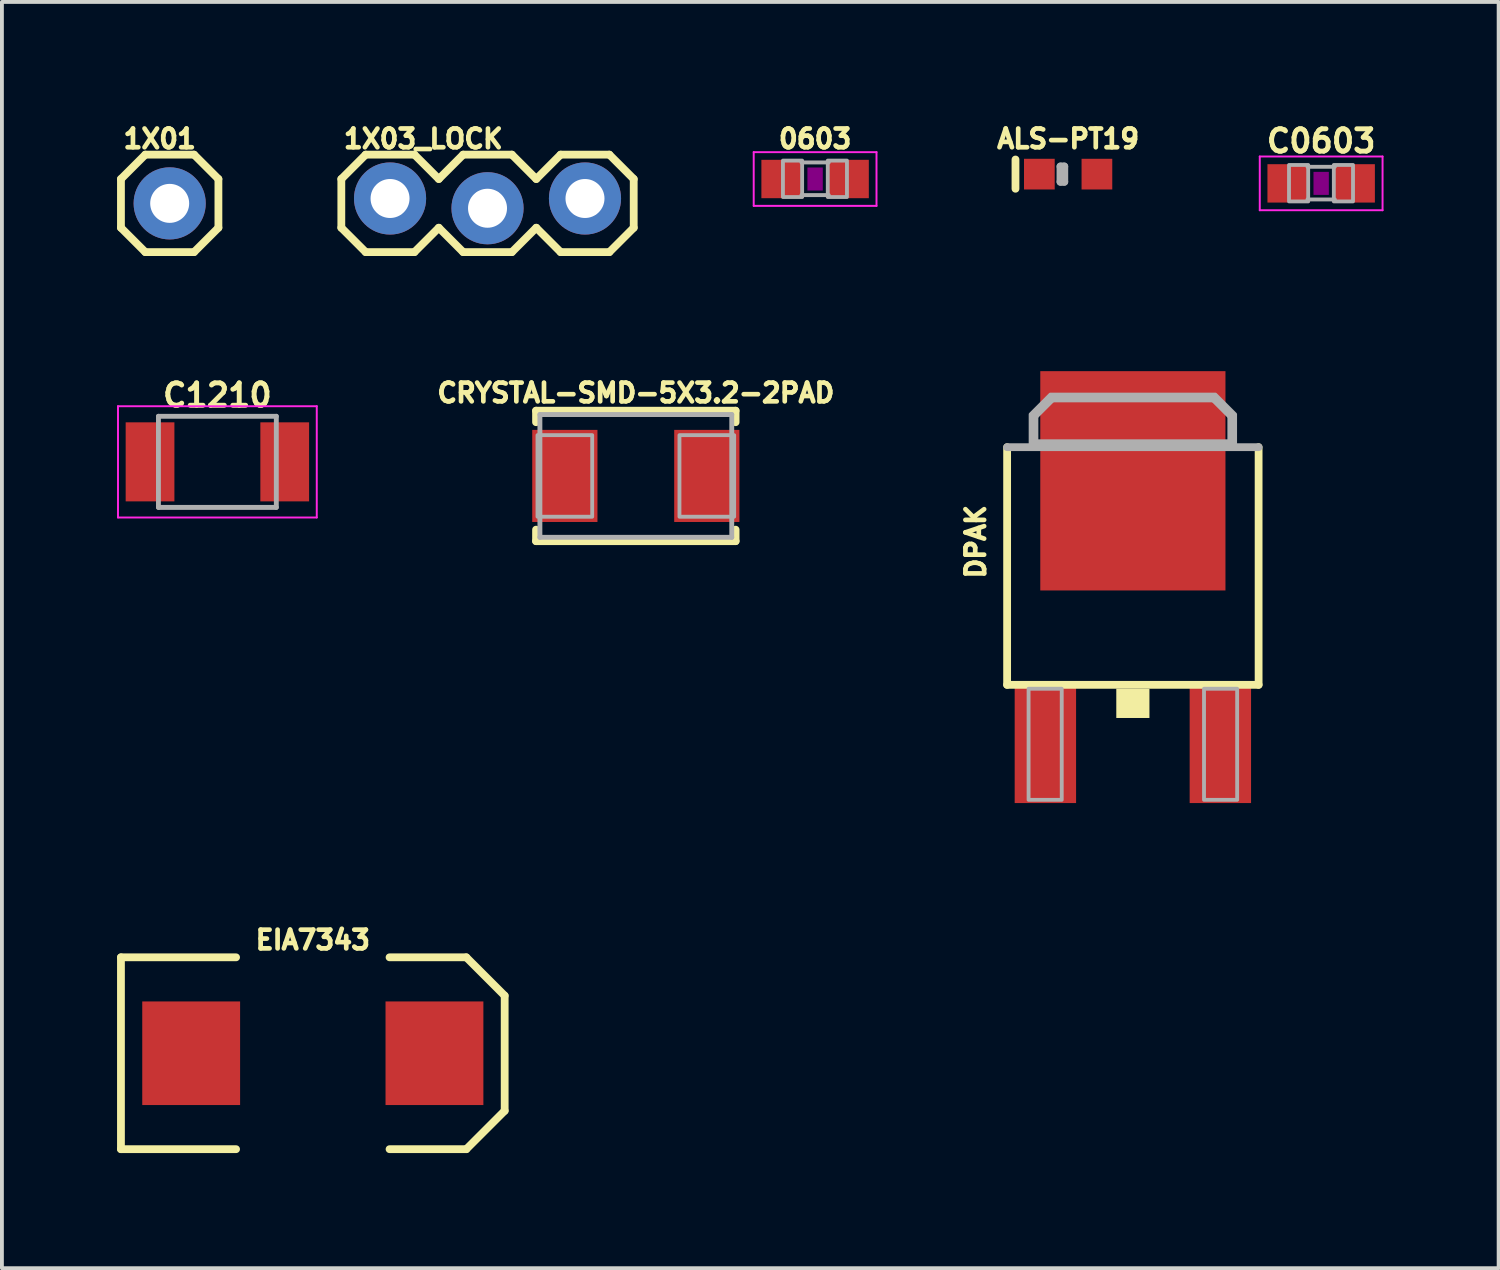
<source format=kicad_pcb>
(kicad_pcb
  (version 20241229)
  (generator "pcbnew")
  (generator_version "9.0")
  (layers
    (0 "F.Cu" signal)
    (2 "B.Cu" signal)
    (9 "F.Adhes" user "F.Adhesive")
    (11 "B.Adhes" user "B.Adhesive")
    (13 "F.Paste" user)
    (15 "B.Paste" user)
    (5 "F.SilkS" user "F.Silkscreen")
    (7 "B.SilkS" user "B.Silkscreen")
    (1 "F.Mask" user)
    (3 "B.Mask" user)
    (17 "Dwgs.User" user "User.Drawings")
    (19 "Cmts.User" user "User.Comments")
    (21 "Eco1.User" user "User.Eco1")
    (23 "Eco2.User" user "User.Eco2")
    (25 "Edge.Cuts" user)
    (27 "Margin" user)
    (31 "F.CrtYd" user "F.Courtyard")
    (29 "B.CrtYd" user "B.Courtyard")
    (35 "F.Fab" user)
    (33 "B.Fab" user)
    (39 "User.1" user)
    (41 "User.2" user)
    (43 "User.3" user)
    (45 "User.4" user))
  (footprint "ALS-PT19"
    (layer "F.Cu")
    (at 24.786 1.488)
    (property "Reference" "ALS-PT19" (at 0 -0.635 0) (layer "F.SilkS") (effects (font (size 0.488 0.488) (thickness 0.122)) (justify bottom)))
    (fp_line (start -1.372 -0.381) (end -1.372 0.381) (stroke (width 0.203) (type solid)) (layer "F.SilkS"))
    (fp_line (start -0.2 -0.2) (end -0.2 0.2) (stroke (width 0.203) (type solid)) (layer "F.Fab"))
    (fp_line (start -0.1 -0.2) (end -0.2 -0.2) (stroke (width 0.203) (type solid)) (layer "F.Fab"))
    (fp_line (start -0.1 -0.2) (end -0.1 0.2) (stroke (width 0.203) (type solid)) (layer "F.Fab"))
    (fp_line (start -0.1 0.2) (end -0.2 0.2) (stroke (width 0.203) (type solid)) (layer "F.Fab"))
    (pad "C" smd rect (at -0.75 0) (size 0.8 0.8) (layers "F.Cu" "F.Mask" "F.Paste"))
    (pad "E" smd rect (at 0.75 0) (size 0.8 0.8) (layers "F.Cu" "F.Mask" "F.Paste")))
  (footprint "C1210"
    (layer "F.Cu")
    (at 2.615 8.986)
    (property "Reference" "C1210" (at 0 -1.397 0) (layer "F.SilkS") (effects (font (size 0.583 0.583) (thickness 0.128)) (justify bottom)))
    (fp_line (start -2.59 -1.45) (end 2.59 -1.45) (stroke (width 0.051) (type solid)) (layer "F.CrtYd"))
    (fp_line (start -2.59 1.45) (end -2.59 -1.45) (stroke (width 0.051) (type solid)) (layer "F.CrtYd"))
    (fp_line (start 2.59 -1.45) (end 2.59 1.45) (stroke (width 0.051) (type solid)) (layer "F.CrtYd"))
    (fp_line (start 2.59 1.45) (end -2.59 1.45) (stroke (width 0.051) (type solid)) (layer "F.CrtYd"))
    (fp_line (start -1.536 -1.187) (end 1.536 -1.187) (stroke (width 0.127) (type solid)) (layer "F.Fab"))
    (fp_line (start -1.536 1.187) (end -1.536 -1.187) (stroke (width 0.127) (type solid)) (layer "F.Fab"))
    (fp_line (start 1.536 -1.187) (end 1.536 1.187) (stroke (width 0.127) (type solid)) (layer "F.Fab"))
    (fp_line (start 1.536 1.187) (end -1.536 1.187) (stroke (width 0.127) (type solid)) (layer "F.Fab"))
    (pad "1" smd rect (at -1.755 0) (size 1.27 2.06) (layers "F.Cu" "F.Mask" "F.Paste"))
    (pad "2" smd rect (at 1.755 0) (size 1.27 2.06) (layers "F.Cu" "F.Mask" "F.Paste")))
  (footprint "1X01"
    (layer "F.Cu")
    (at 1.372 2.25)
    (property "Reference" "1X01" (at -1.27 -1.397 0) (layer "F.SilkS") (effects (font (size 0.488 0.488) (thickness 0.122)) (justify left bottom)))
    (fp_line (start -1.27 -0.635) (end -1.27 0.635) (stroke (width 0.203) (type solid)) (layer "F.SilkS"))
    (fp_line (start -1.27 0.635) (end -0.635 1.27) (stroke (width 0.203) (type solid)) (layer "F.SilkS"))
    (fp_line (start -0.635 -1.27) (end -1.27 -0.635) (stroke (width 0.203) (type solid)) (layer "F.SilkS"))
    (fp_line (start -0.635 1.27) (end 0.635 1.27) (stroke (width 0.203) (type solid)) (layer "F.SilkS"))
    (fp_line (start 0.635 -1.27) (end -0.635 -1.27) (stroke (width 0.203) (type solid)) (layer "F.SilkS"))
    (fp_line (start 0.635 1.27) (end 1.27 0.635) (stroke (width 0.203) (type solid)) (layer "F.SilkS"))
    (fp_line (start 1.27 -0.635) (end 0.635 -1.27) (stroke (width 0.203) (type solid)) (layer "F.SilkS"))
    (fp_line (start 1.27 0.635) (end 1.27 -0.635) (stroke (width 0.203) (type solid)) (layer "F.SilkS"))
    (fp_poly (pts (xy -0.254 0.254) (xy 0.254 0.254) (xy 0.254 -0.254) (xy -0.254 -0.254)) (stroke (width 0.1) (type solid)) (fill no) (layer "F.Fab"))
    (pad "1" thru_hole circle (at 0 0 90) (size 1.88 1.88) (drill 1.016) (layers "*.Cu" "*.Mask")))
  (footprint "1X03_LOCK"
    (layer "F.Cu")
    (at 7.115 2.25)
    (property "Reference" "1X03_LOCK" (at -1.27 -1.397 0) (layer "F.SilkS") (effects (font (size 0.488 0.488) (thickness 0.122)) (justify left bottom)))
    (fp_line (start -1.27 -0.635) (end -1.27 0.635) (stroke (width 0.203) (type solid)) (layer "F.SilkS"))
    (fp_line (start -1.27 0.635) (end -0.635 1.27) (stroke (width 0.203) (type solid)) (layer "F.SilkS"))
    (fp_line (start -0.635 -1.27) (end -1.27 -0.635) (stroke (width 0.203) (type solid)) (layer "F.SilkS"))
    (fp_line (start -0.635 -1.27) (end 0.635 -1.27) (stroke (width 0.203) (type solid)) (layer "F.SilkS"))
    (fp_line (start 0.635 -1.27) (end 1.27 -0.635) (stroke (width 0.203) (type solid)) (layer "F.SilkS"))
    (fp_line (start 0.635 1.27) (end -0.635 1.27) (stroke (width 0.203) (type solid)) (layer "F.SilkS"))
    (fp_line (start 1.27 -0.635) (end 1.905 -1.27) (stroke (width 0.203) (type solid)) (layer "F.SilkS"))
    (fp_line (start 1.27 0.635) (end 0.635 1.27) (stroke (width 0.203) (type solid)) (layer "F.SilkS"))
    (fp_line (start 1.905 -1.27) (end 3.175 -1.27) (stroke (width 0.203) (type solid)) (layer "F.SilkS"))
    (fp_line (start 1.905 1.27) (end 1.27 0.635) (stroke (width 0.203) (type solid)) (layer "F.SilkS"))
    (fp_line (start 3.175 -1.27) (end 3.81 -0.635) (stroke (width 0.203) (type solid)) (layer "F.SilkS"))
    (fp_line (start 3.175 1.27) (end 1.905 1.27) (stroke (width 0.203) (type solid)) (layer "F.SilkS"))
    (fp_line (start 3.81 -0.635) (end 4.445 -1.27) (stroke (width 0.203) (type solid)) (layer "F.SilkS"))
    (fp_line (start 3.81 0.635) (end 3.175 1.27) (stroke (width 0.203) (type solid)) (layer "F.SilkS"))
    (fp_line (start 4.445 -1.27) (end 5.715 -1.27) (stroke (width 0.203) (type solid)) (layer "F.SilkS"))
    (fp_line (start 4.445 1.27) (end 3.81 0.635) (stroke (width 0.203) (type solid)) (layer "F.SilkS"))
    (fp_line (start 5.715 -1.27) (end 6.35 -0.635) (stroke (width 0.203) (type solid)) (layer "F.SilkS"))
    (fp_line (start 5.715 1.27) (end 4.445 1.27) (stroke (width 0.203) (type solid)) (layer "F.SilkS"))
    (fp_line (start 6.35 -0.635) (end 6.35 0.635) (stroke (width 0.203) (type solid)) (layer "F.SilkS"))
    (fp_line (start 6.35 0.635) (end 5.715 1.27) (stroke (width 0.203) (type solid)) (layer "F.SilkS"))
    (fp_poly (pts (xy -0.254 0.254) (xy 0.254 0.254) (xy 0.254 -0.254) (xy -0.254 -0.254)) (stroke (width 0.1) (type solid)) (fill no) (layer "F.Fab"))
    (fp_poly (pts (xy 2.286 0.254) (xy 2.794 0.254) (xy 2.794 -0.254) (xy 2.286 -0.254)) (stroke (width 0.1) (type solid)) (fill no) (layer "F.Fab"))
    (fp_poly (pts (xy 4.826 0.254) (xy 5.334 0.254) (xy 5.334 -0.254) (xy 4.826 -0.254)) (stroke (width 0.1) (type solid)) (fill no) (layer "F.Fab"))
    (pad "1" thru_hole circle (at 0 -0.127 90) (size 1.88 1.88) (drill 1.016) (layers "*.Cu" "*.Mask"))
    (pad "2" thru_hole circle (at 2.54 0.127 90) (size 1.88 1.88) (drill 1.016) (layers "*.Cu" "*.Mask"))
    (pad "3" thru_hole circle (at 5.08 -0.127 90) (size 1.88 1.88) (drill 1.016) (layers "*.Cu" "*.Mask")))
  (footprint "EIA7343"
    (layer "F.Cu")
    (at 5.102 24.398)
    (property "Reference" "EIA7343" (at 0 -2.667 0) (layer "F.SilkS") (effects (font (size 0.488 0.488) (thickness 0.122)) (justify bottom)))
    (fp_line (start -5 -2.5) (end -5 2.5) (stroke (width 0.203) (type solid)) (layer "F.SilkS"))
    (fp_line (start -5 -2.5) (end -2 -2.5) (stroke (width 0.203) (type solid)) (layer "F.SilkS"))
    (fp_line (start -5 2.5) (end -2 2.5) (stroke (width 0.203) (type solid)) (layer "F.SilkS"))
    (fp_line (start 2 -2.5) (end 4 -2.5) (stroke (width 0.203) (type solid)) (layer "F.SilkS"))
    (fp_line (start 4 -2.5) (end 5 -1.5) (stroke (width 0.203) (type solid)) (layer "F.SilkS"))
    (fp_line (start 4 2.5) (end 2 2.5) (stroke (width 0.203) (type solid)) (layer "F.SilkS"))
    (fp_line (start 5 -1.5) (end 5 1.5) (stroke (width 0.203) (type solid)) (layer "F.SilkS"))
    (fp_line (start 5 1.5) (end 4 2.5) (stroke (width 0.203) (type solid)) (layer "F.SilkS"))
    (pad "A" smd rect (at 3.17 0 180) (size 2.55 2.7) (layers "F.Cu" "F.Mask" "F.Paste"))
    (pad "C" smd rect (at -3.17 0 180) (size 2.55 2.7) (layers "F.Cu" "F.Mask" "F.Paste")))
  (footprint "0603"
    (layer "F.Cu")
    (at 18.192 1.615)
    (property "Reference" "0603" (at 0 -0.762 0) (layer "F.SilkS") (effects (font (size 0.488 0.488) (thickness 0.122)) (justify bottom)))
    (fp_poly (pts (xy -0.2 0.3) (xy 0.2 0.3) (xy 0.2 -0.3) (xy -0.2 -0.3)) (stroke (width 0) (type solid)) (fill yes) (layer "F.Adhes"))
    (fp_line (start -1.6 -0.7) (end 1.6 -0.7) (stroke (width 0.051) (type solid)) (layer "F.CrtYd"))
    (fp_line (start -1.6 0.7) (end -1.6 -0.7) (stroke (width 0.051) (type solid)) (layer "F.CrtYd"))
    (fp_line (start 1.6 -0.7) (end 1.6 0.7) (stroke (width 0.051) (type solid)) (layer "F.CrtYd"))
    (fp_line (start 1.6 0.7) (end -1.6 0.7) (stroke (width 0.051) (type solid)) (layer "F.CrtYd"))
    (fp_line (start -0.356 -0.432) (end 0.356 -0.432) (stroke (width 0.102) (type solid)) (layer "F.Fab"))
    (fp_line (start -0.356 0.419) (end 0.356 0.419) (stroke (width 0.102) (type solid)) (layer "F.Fab"))
    (fp_poly (pts (xy -0.838 0.47) (xy -0.338 0.47) (xy -0.338 -0.48) (xy -0.838 -0.48)) (stroke (width 0.1) (type solid)) (fill no) (layer "F.Fab"))
    (fp_poly (pts (xy 0.33 0.47) (xy 0.83 0.47) (xy 0.83 -0.48) (xy 0.33 -0.48)) (stroke (width 0.1) (type solid)) (fill no) (layer "F.Fab"))
    (pad "1" smd rect (at -0.85 0) (size 1.1 1) (layers "F.Cu" "F.Mask" "F.Paste"))
    (pad "2" smd rect (at 0.85 0) (size 1.1 1) (layers "F.Cu" "F.Mask" "F.Paste")))
  (footprint "DPAK"
    (layer "F.Cu")
    (at 26.473 11.068)
    (property "Reference" "DPAK" (at -3.81 0 90) (layer "F.SilkS") (effects (font (size 0.488 0.488) (thickness 0.122)) (justify bottom)))
    (fp_line (start -3.277 3.729) (end -3.277 -2.465) (stroke (width 0.203) (type solid)) (layer "F.SilkS"))
    (fp_line (start 3.277 -2.465) (end 3.277 3.729) (stroke (width 0.203) (type solid)) (layer "F.SilkS"))
    (fp_line (start 3.277 3.729) (end -3.277 3.729) (stroke (width 0.203) (type solid)) (layer "F.SilkS"))
    (fp_poly (pts (xy -0.432 4.593) (xy 0.432 4.593) (xy 0.432 3.831) (xy -0.432 3.831)) (stroke (width 0) (type solid)) (fill yes) (layer "F.SilkS"))
    (fp_line (start -3.277 -2.465) (end 3.277 -2.465) (stroke (width 0.203) (type solid)) (layer "F.Fab"))
    (fp_line (start -2.565 -3.278) (end -2.108 -3.735) (stroke (width 0.203) (type solid)) (layer "F.Fab"))
    (fp_line (start -2.565 -2.567) (end -2.565 -3.278) (stroke (width 0.203) (type solid)) (layer "F.Fab"))
    (fp_line (start -2.108 -3.735) (end 2.108 -3.735) (stroke (width 0.203) (type solid)) (layer "F.Fab"))
    (fp_line (start 2.108 -3.735) (end 2.565 -3.278) (stroke (width 0.203) (type solid)) (layer "F.Fab"))
    (fp_line (start 2.565 -3.278) (end 2.565 -2.567) (stroke (width 0.203) (type solid)) (layer "F.Fab"))
    (fp_line (start 2.565 -2.567) (end -2.565 -2.567) (stroke (width 0.203) (type solid)) (layer "F.Fab"))
    (fp_poly (pts (xy -2.718 6.726) (xy -1.854 6.726) (xy -1.854 3.831) (xy -2.718 3.831)) (stroke (width 0.1) (type solid)) (fill no) (layer "F.Fab"))
    (fp_poly (pts (xy 1.854 6.726) (xy 2.718 6.726) (xy 2.718 3.831) (xy 1.854 3.831)) (stroke (width 0.1) (type solid)) (fill no) (layer "F.Fab"))
    (fp_poly (pts (xy 2.665 -3.32) (xy 2.665 -2.467) (xy -2.665 -2.467) (xy -2.665 -3.32) (xy -2.15 -3.835) (xy 2.15 -3.835)) (stroke (width 0.1) (type solid)) (fill no) (layer "F.Fab"))
    (pad "1" smd rect (at -2.28 5.31) (size 1.6 3) (layers "F.Cu" "F.Mask" "F.Paste"))
    (pad "3" smd rect (at 2.28 5.31) (size 1.6 3) (layers "F.Cu" "F.Mask" "F.Paste"))
    (pad "4" smd rect (at 0 -1.588) (size 4.826 5.715) (layers "F.Cu" "F.Mask" "F.Paste")))
  (footprint "CRYSTAL-SMD-5X3.2-2PAD"
    (layer "F.Cu")
    (at 13.52 9.353)
    (property "Reference" "CRYSTAL-SMD-5X3.2-2PAD" (at 0 -1.878 0) (layer "F.SilkS") (effects (font (size 0.488 0.488) (thickness 0.122)) (justify bottom)))
    (fp_line (start -2.6 -1.7) (end -2.6 -1.4) (stroke (width 0.203) (type solid)) (layer "F.SilkS"))
    (fp_line (start -2.6 -1.7) (end 2.6 -1.7) (stroke (width 0.203) (type solid)) (layer "F.SilkS"))
    (fp_line (start -2.6 1.7) (end -2.6 1.4) (stroke (width 0.203) (type solid)) (layer "F.SilkS"))
    (fp_line (start 2.6 -1.7) (end 2.6 -1.4) (stroke (width 0.203) (type solid)) (layer "F.SilkS"))
    (fp_line (start 2.6 1.7) (end -2.6 1.7) (stroke (width 0.203) (type solid)) (layer "F.SilkS"))
    (fp_line (start 2.6 1.7) (end 2.6 1.4) (stroke (width 0.203) (type solid)) (layer "F.SilkS"))
    (fp_line (start -2.5 -1.6) (end -2.5 1.6) (stroke (width 0.127) (type solid)) (layer "F.Fab"))
    (fp_line (start -2.5 1.6) (end 2.5 1.6) (stroke (width 0.127) (type solid)) (layer "F.Fab"))
    (fp_line (start 2.5 -1.6) (end -2.5 -1.6) (stroke (width 0.127) (type solid)) (layer "F.Fab"))
    (fp_line (start 2.5 1.6) (end 2.5 -1.6) (stroke (width 0.127) (type solid)) (layer "F.Fab"))
    (fp_poly (pts (xy -1.137 1.063) (xy -2.563 1.063) (xy -2.563 -1.063) (xy -1.137 -1.063)) (stroke (width 0.1) (type solid)) (fill no) (layer "F.Fab"))
    (fp_poly (pts (xy 2.563 1.063) (xy 1.137 1.063) (xy 1.137 -1.063) (xy 2.563 -1.063)) (stroke (width 0.1) (type solid)) (fill no) (layer "F.Fab"))
    (pad "P$1" smd rect (at 1.85 0) (size 1.7 2.4) (layers "F.Cu" "F.Mask" "F.Paste"))
    (pad "P$2" smd rect (at -1.85 0) (size 1.7 2.4) (layers "F.Cu" "F.Mask" "F.Paste")))
  (footprint "C0603"
    (layer "F.Cu")
    (at 31.38 1.729)
    (property "Reference" "C0603" (at 0 -0.762 0) (layer "F.SilkS") (effects (font (size 0.583 0.583) (thickness 0.128)) (justify bottom)))
    (fp_poly (pts (xy -0.2 0.3) (xy 0.2 0.3) (xy 0.2 -0.3) (xy -0.2 -0.3)) (stroke (width 0) (type solid)) (fill yes) (layer "F.Adhes"))
    (fp_line (start -1.6 -0.7) (end 1.6 -0.7) (stroke (width 0.051) (type solid)) (layer "F.CrtYd"))
    (fp_line (start -1.6 0.7) (end -1.6 -0.7) (stroke (width 0.051) (type solid)) (layer "F.CrtYd"))
    (fp_line (start 1.6 -0.7) (end 1.6 0.7) (stroke (width 0.051) (type solid)) (layer "F.CrtYd"))
    (fp_line (start 1.6 0.7) (end -1.6 0.7) (stroke (width 0.051) (type solid)) (layer "F.CrtYd"))
    (fp_line (start -0.356 -0.432) (end 0.356 -0.432) (stroke (width 0.102) (type solid)) (layer "F.Fab"))
    (fp_line (start -0.356 0.419) (end 0.356 0.419) (stroke (width 0.102) (type solid)) (layer "F.Fab"))
    (fp_poly (pts (xy -0.838 0.47) (xy -0.338 0.47) (xy -0.338 -0.48) (xy -0.838 -0.48)) (stroke (width 0.1) (type solid)) (fill no) (layer "F.Fab"))
    (fp_poly (pts (xy 0.33 0.47) (xy 0.83 0.47) (xy 0.83 -0.48) (xy 0.33 -0.48)) (stroke (width 0.1) (type solid)) (fill no) (layer "F.Fab"))
    (pad "1" smd rect (at -0.85 0) (size 1.1 1) (layers "F.Cu" "F.Mask" "F.Paste"))
    (pad "2" smd rect (at 0.85 0) (size 1.1 1) (layers "F.Cu" "F.Mask" "F.Paste")))
  (gr_rect
    (start -3 -3)
    (end 36.005 30)
    (stroke (width 0.1) (type default))
    (fill no)
    (layer "Edge.Cuts")))
</source>
